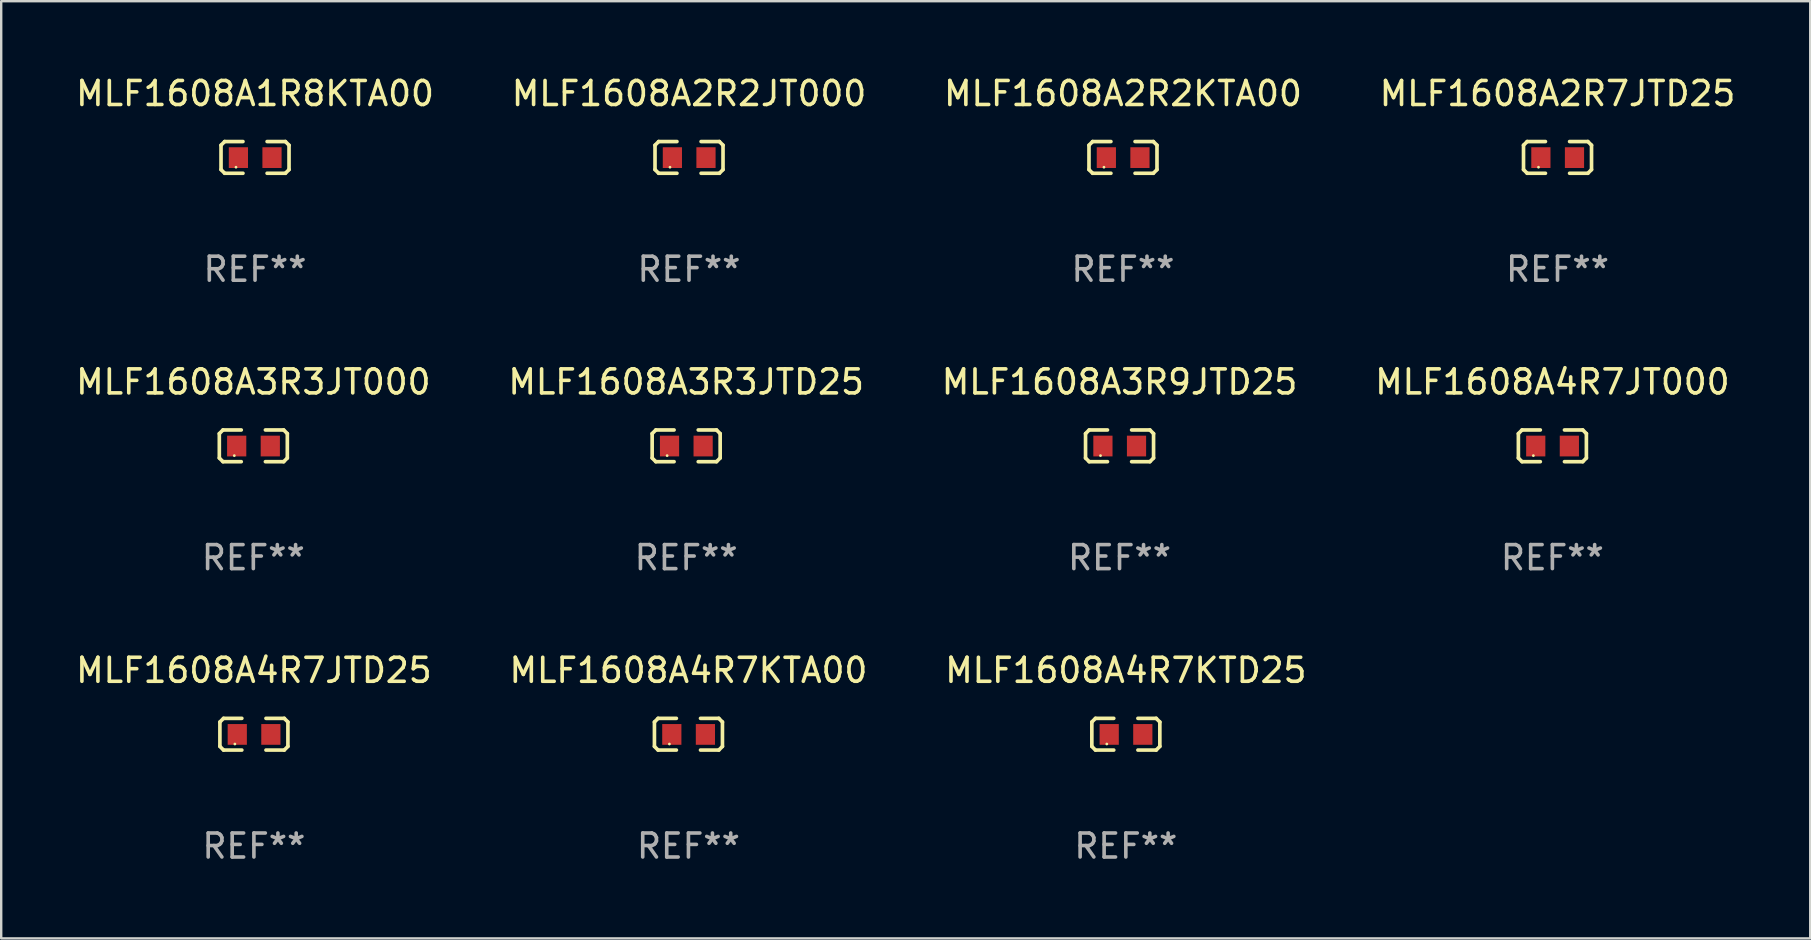
<source format=kicad_pcb>
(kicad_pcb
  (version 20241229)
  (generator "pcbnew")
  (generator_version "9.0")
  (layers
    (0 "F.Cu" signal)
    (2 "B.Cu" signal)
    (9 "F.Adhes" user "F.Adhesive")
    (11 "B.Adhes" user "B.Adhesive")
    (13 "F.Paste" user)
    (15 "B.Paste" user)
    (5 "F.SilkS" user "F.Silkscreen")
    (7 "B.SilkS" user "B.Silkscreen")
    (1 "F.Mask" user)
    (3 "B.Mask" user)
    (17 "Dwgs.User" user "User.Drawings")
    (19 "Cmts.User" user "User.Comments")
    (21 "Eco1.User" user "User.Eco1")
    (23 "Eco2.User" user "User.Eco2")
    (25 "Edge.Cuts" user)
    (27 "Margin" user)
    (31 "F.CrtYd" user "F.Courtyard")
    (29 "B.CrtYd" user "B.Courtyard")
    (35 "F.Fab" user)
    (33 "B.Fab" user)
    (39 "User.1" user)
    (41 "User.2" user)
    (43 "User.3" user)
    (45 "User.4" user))
  (footprint "MLF1608A4R7JT000"
    (layer "F.Cu")
    (at 61.637 15.527)
    (property "Reference" "MLF1608A4R7JT000" (at 0 -2.661 0) (layer "F.SilkS") (effects (font (size 1 1) (thickness 0.15))))
    (attr through_hole)
    (fp_line (start -1.417 -0.508) (end -1.265 -0.661) (stroke (width 0.152) (type solid)) (layer "F.SilkS"))
    (fp_line (start -1.417 0.508) (end -1.417 -0.508) (stroke (width 0.152) (type solid)) (layer "F.SilkS"))
    (fp_line (start -1.265 -0.661) (end -0.503 -0.661) (stroke (width 0.152) (type solid)) (layer "F.SilkS"))
    (fp_line (start -1.265 0.661) (end -1.417 0.508) (stroke (width 0.152) (type solid)) (layer "F.SilkS"))
    (fp_line (start -1.265 0.661) (end -0.503 0.661) (stroke (width 0.152) (type solid)) (layer "F.SilkS"))
    (fp_line (start 1.265 -0.661) (end 0.503 -0.661) (stroke (width 0.152) (type solid)) (layer "F.SilkS"))
    (fp_line (start 1.265 -0.661) (end 1.417 -0.508) (stroke (width 0.152) (type solid)) (layer "F.SilkS"))
    (fp_line (start 1.265 0.661) (end 0.503 0.661) (stroke (width 0.152) (type solid)) (layer "F.SilkS"))
    (fp_line (start 1.417 -0.508) (end 1.417 0.508) (stroke (width 0.152) (type solid)) (layer "F.SilkS"))
    (fp_line (start 1.417 0.508) (end 1.265 0.661) (stroke (width 0.152) (type solid)) (layer "F.SilkS"))
    (fp_circle (center -0.793 0.409) (end -0.763 0.409) (stroke (width 0.06) (type solid)) (fill no) (layer "F.SilkS"))
    (fp_text user "REF**" (at 0 4.661 0) (layer "F.Fab") (effects (font (size 1 1) (thickness 0.15))))
    (pad "1" smd rect (at -0.693 0.009 180) (size 0.8 0.864) (layers "F.Cu" "F.Mask" "F.Paste"))
    (pad "2" smd rect (at 0.707 0.009 180) (size 0.8 0.864) (layers "F.Cu" "F.Mask" "F.Paste")))
  (footprint "MLF1608A4R7KTD25"
    (layer "F.Cu")
    (at 43.863 27.544)
    (property "Reference" "MLF1608A4R7KTD25" (at 0 -2.661 0) (layer "F.SilkS") (effects (font (size 1 1) (thickness 0.15))))
    (attr through_hole)
    (fp_line (start -1.417 -0.508) (end -1.265 -0.661) (stroke (width 0.152) (type solid)) (layer "F.SilkS"))
    (fp_line (start -1.417 0.508) (end -1.417 -0.508) (stroke (width 0.152) (type solid)) (layer "F.SilkS"))
    (fp_line (start -1.265 -0.661) (end -0.503 -0.661) (stroke (width 0.152) (type solid)) (layer "F.SilkS"))
    (fp_line (start -1.265 0.661) (end -1.417 0.508) (stroke (width 0.152) (type solid)) (layer "F.SilkS"))
    (fp_line (start -1.265 0.661) (end -0.503 0.661) (stroke (width 0.152) (type solid)) (layer "F.SilkS"))
    (fp_line (start 1.265 -0.661) (end 0.503 -0.661) (stroke (width 0.152) (type solid)) (layer "F.SilkS"))
    (fp_line (start 1.265 -0.661) (end 1.417 -0.508) (stroke (width 0.152) (type solid)) (layer "F.SilkS"))
    (fp_line (start 1.265 0.661) (end 0.503 0.661) (stroke (width 0.152) (type solid)) (layer "F.SilkS"))
    (fp_line (start 1.417 -0.508) (end 1.417 0.508) (stroke (width 0.152) (type solid)) (layer "F.SilkS"))
    (fp_line (start 1.417 0.508) (end 1.265 0.661) (stroke (width 0.152) (type solid)) (layer "F.SilkS"))
    (fp_circle (center -0.793 0.409) (end -0.763 0.409) (stroke (width 0.06) (type solid)) (fill no) (layer "F.SilkS"))
    (fp_text user "REF**" (at 0 4.661 0) (layer "F.Fab") (effects (font (size 1 1) (thickness 0.15))))
    (pad "1" smd rect (at -0.693 0.009 180) (size 0.8 0.864) (layers "F.Cu" "F.Mask" "F.Paste"))
    (pad "2" smd rect (at 0.707 0.009 180) (size 0.8 0.864) (layers "F.Cu" "F.Mask" "F.Paste")))
  (footprint "MLF1608A2R7JTD25"
    (layer "F.Cu")
    (at 61.851 3.509)
    (property "Reference" "MLF1608A2R7JTD25" (at 0 -2.661 0) (layer "F.SilkS") (effects (font (size 1 1) (thickness 0.15))))
    (attr through_hole)
    (fp_line (start -1.417 -0.508) (end -1.265 -0.661) (stroke (width 0.152) (type solid)) (layer "F.SilkS"))
    (fp_line (start -1.417 0.508) (end -1.417 -0.508) (stroke (width 0.152) (type solid)) (layer "F.SilkS"))
    (fp_line (start -1.265 -0.661) (end -0.503 -0.661) (stroke (width 0.152) (type solid)) (layer "F.SilkS"))
    (fp_line (start -1.265 0.661) (end -1.417 0.508) (stroke (width 0.152) (type solid)) (layer "F.SilkS"))
    (fp_line (start -1.265 0.661) (end -0.503 0.661) (stroke (width 0.152) (type solid)) (layer "F.SilkS"))
    (fp_line (start 1.265 -0.661) (end 0.503 -0.661) (stroke (width 0.152) (type solid)) (layer "F.SilkS"))
    (fp_line (start 1.265 -0.661) (end 1.417 -0.508) (stroke (width 0.152) (type solid)) (layer "F.SilkS"))
    (fp_line (start 1.265 0.661) (end 0.503 0.661) (stroke (width 0.152) (type solid)) (layer "F.SilkS"))
    (fp_line (start 1.417 -0.508) (end 1.417 0.508) (stroke (width 0.152) (type solid)) (layer "F.SilkS"))
    (fp_line (start 1.417 0.508) (end 1.265 0.661) (stroke (width 0.152) (type solid)) (layer "F.SilkS"))
    (fp_circle (center -0.793 0.409) (end -0.763 0.409) (stroke (width 0.06) (type solid)) (fill no) (layer "F.SilkS"))
    (fp_text user "REF**" (at 0 4.661 0) (layer "F.Fab") (effects (font (size 1 1) (thickness 0.15))))
    (pad "1" smd rect (at -0.693 0.009 180) (size 0.8 0.864) (layers "F.Cu" "F.Mask" "F.Paste"))
    (pad "2" smd rect (at 0.707 0.009 180) (size 0.8 0.864) (layers "F.Cu" "F.Mask" "F.Paste")))
  (footprint "MLF1608A4R7JTD25"
    (layer "F.Cu")
    (at 7.53 27.544)
    (property "Reference" "MLF1608A4R7JTD25" (at 0 -2.661 0) (layer "F.SilkS") (effects (font (size 1 1) (thickness 0.15))))
    (attr through_hole)
    (fp_line (start -1.417 -0.508) (end -1.265 -0.661) (stroke (width 0.152) (type solid)) (layer "F.SilkS"))
    (fp_line (start -1.417 0.508) (end -1.417 -0.508) (stroke (width 0.152) (type solid)) (layer "F.SilkS"))
    (fp_line (start -1.265 -0.661) (end -0.503 -0.661) (stroke (width 0.152) (type solid)) (layer "F.SilkS"))
    (fp_line (start -1.265 0.661) (end -1.417 0.508) (stroke (width 0.152) (type solid)) (layer "F.SilkS"))
    (fp_line (start -1.265 0.661) (end -0.503 0.661) (stroke (width 0.152) (type solid)) (layer "F.SilkS"))
    (fp_line (start 1.265 -0.661) (end 0.503 -0.661) (stroke (width 0.152) (type solid)) (layer "F.SilkS"))
    (fp_line (start 1.265 -0.661) (end 1.417 -0.508) (stroke (width 0.152) (type solid)) (layer "F.SilkS"))
    (fp_line (start 1.265 0.661) (end 0.503 0.661) (stroke (width 0.152) (type solid)) (layer "F.SilkS"))
    (fp_line (start 1.417 -0.508) (end 1.417 0.508) (stroke (width 0.152) (type solid)) (layer "F.SilkS"))
    (fp_line (start 1.417 0.508) (end 1.265 0.661) (stroke (width 0.152) (type solid)) (layer "F.SilkS"))
    (fp_circle (center -0.793 0.409) (end -0.763 0.409) (stroke (width 0.06) (type solid)) (fill no) (layer "F.SilkS"))
    (fp_text user "REF**" (at 0 4.661 0) (layer "F.Fab") (effects (font (size 1 1) (thickness 0.15))))
    (pad "1" smd rect (at -0.693 0.009 180) (size 0.8 0.864) (layers "F.Cu" "F.Mask" "F.Paste"))
    (pad "2" smd rect (at 0.707 0.009 180) (size 0.8 0.864) (layers "F.Cu" "F.Mask" "F.Paste")))
  (footprint "MLF1608A3R3JTD25"
    (layer "F.Cu")
    (at 25.542 15.527)
    (property "Reference" "MLF1608A3R3JTD25" (at 0 -2.661 0) (layer "F.SilkS") (effects (font (size 1 1) (thickness 0.15))))
    (attr through_hole)
    (fp_line (start -1.417 -0.508) (end -1.265 -0.661) (stroke (width 0.152) (type solid)) (layer "F.SilkS"))
    (fp_line (start -1.417 0.508) (end -1.417 -0.508) (stroke (width 0.152) (type solid)) (layer "F.SilkS"))
    (fp_line (start -1.265 -0.661) (end -0.503 -0.661) (stroke (width 0.152) (type solid)) (layer "F.SilkS"))
    (fp_line (start -1.265 0.661) (end -1.417 0.508) (stroke (width 0.152) (type solid)) (layer "F.SilkS"))
    (fp_line (start -1.265 0.661) (end -0.503 0.661) (stroke (width 0.152) (type solid)) (layer "F.SilkS"))
    (fp_line (start 1.265 -0.661) (end 0.503 -0.661) (stroke (width 0.152) (type solid)) (layer "F.SilkS"))
    (fp_line (start 1.265 -0.661) (end 1.417 -0.508) (stroke (width 0.152) (type solid)) (layer "F.SilkS"))
    (fp_line (start 1.265 0.661) (end 0.503 0.661) (stroke (width 0.152) (type solid)) (layer "F.SilkS"))
    (fp_line (start 1.417 -0.508) (end 1.417 0.508) (stroke (width 0.152) (type solid)) (layer "F.SilkS"))
    (fp_line (start 1.417 0.508) (end 1.265 0.661) (stroke (width 0.152) (type solid)) (layer "F.SilkS"))
    (fp_circle (center -0.793 0.409) (end -0.763 0.409) (stroke (width 0.06) (type solid)) (fill no) (layer "F.SilkS"))
    (fp_text user "REF**" (at 0 4.661 0) (layer "F.Fab") (effects (font (size 1 1) (thickness 0.15))))
    (pad "1" smd rect (at -0.693 0.009 180) (size 0.8 0.864) (layers "F.Cu" "F.Mask" "F.Paste"))
    (pad "2" smd rect (at 0.707 0.009 180) (size 0.8 0.864) (layers "F.Cu" "F.Mask" "F.Paste")))
  (footprint "MLF1608A1R8KTA00"
    (layer "F.Cu")
    (at 7.577 3.509)
    (property "Reference" "MLF1608A1R8KTA00" (at 0 -2.661 0) (layer "F.SilkS") (effects (font (size 1 1) (thickness 0.15))))
    (attr through_hole)
    (fp_line (start -1.417 -0.508) (end -1.265 -0.661) (stroke (width 0.152) (type solid)) (layer "F.SilkS"))
    (fp_line (start -1.417 0.508) (end -1.417 -0.508) (stroke (width 0.152) (type solid)) (layer "F.SilkS"))
    (fp_line (start -1.265 -0.661) (end -0.503 -0.661) (stroke (width 0.152) (type solid)) (layer "F.SilkS"))
    (fp_line (start -1.265 0.661) (end -1.417 0.508) (stroke (width 0.152) (type solid)) (layer "F.SilkS"))
    (fp_line (start -1.265 0.661) (end -0.503 0.661) (stroke (width 0.152) (type solid)) (layer "F.SilkS"))
    (fp_line (start 1.265 -0.661) (end 0.503 -0.661) (stroke (width 0.152) (type solid)) (layer "F.SilkS"))
    (fp_line (start 1.265 -0.661) (end 1.417 -0.508) (stroke (width 0.152) (type solid)) (layer "F.SilkS"))
    (fp_line (start 1.265 0.661) (end 0.503 0.661) (stroke (width 0.152) (type solid)) (layer "F.SilkS"))
    (fp_line (start 1.417 -0.508) (end 1.417 0.508) (stroke (width 0.152) (type solid)) (layer "F.SilkS"))
    (fp_line (start 1.417 0.508) (end 1.265 0.661) (stroke (width 0.152) (type solid)) (layer "F.SilkS"))
    (fp_circle (center -0.793 0.409) (end -0.763 0.409) (stroke (width 0.06) (type solid)) (fill no) (layer "F.SilkS"))
    (fp_text user "REF**" (at 0 4.661 0) (layer "F.Fab") (effects (font (size 1 1) (thickness 0.15))))
    (pad "1" smd rect (at -0.693 0.009 180) (size 0.8 0.864) (layers "F.Cu" "F.Mask" "F.Paste"))
    (pad "2" smd rect (at 0.707 0.009 180) (size 0.8 0.864) (layers "F.Cu" "F.Mask" "F.Paste")))
  (footprint "MLF1608A4R7KTA00"
    (layer "F.Cu")
    (at 25.637 27.544)
    (property "Reference" "MLF1608A4R7KTA00" (at 0 -2.661 0) (layer "F.SilkS") (effects (font (size 1 1) (thickness 0.15))))
    (attr through_hole)
    (fp_line (start -1.417 -0.508) (end -1.265 -0.661) (stroke (width 0.152) (type solid)) (layer "F.SilkS"))
    (fp_line (start -1.417 0.508) (end -1.417 -0.508) (stroke (width 0.152) (type solid)) (layer "F.SilkS"))
    (fp_line (start -1.265 -0.661) (end -0.503 -0.661) (stroke (width 0.152) (type solid)) (layer "F.SilkS"))
    (fp_line (start -1.265 0.661) (end -1.417 0.508) (stroke (width 0.152) (type solid)) (layer "F.SilkS"))
    (fp_line (start -1.265 0.661) (end -0.503 0.661) (stroke (width 0.152) (type solid)) (layer "F.SilkS"))
    (fp_line (start 1.265 -0.661) (end 0.503 -0.661) (stroke (width 0.152) (type solid)) (layer "F.SilkS"))
    (fp_line (start 1.265 -0.661) (end 1.417 -0.508) (stroke (width 0.152) (type solid)) (layer "F.SilkS"))
    (fp_line (start 1.265 0.661) (end 0.503 0.661) (stroke (width 0.152) (type solid)) (layer "F.SilkS"))
    (fp_line (start 1.417 -0.508) (end 1.417 0.508) (stroke (width 0.152) (type solid)) (layer "F.SilkS"))
    (fp_line (start 1.417 0.508) (end 1.265 0.661) (stroke (width 0.152) (type solid)) (layer "F.SilkS"))
    (fp_circle (center -0.793 0.409) (end -0.763 0.409) (stroke (width 0.06) (type solid)) (fill no) (layer "F.SilkS"))
    (fp_text user "REF**" (at 0 4.661 0) (layer "F.Fab") (effects (font (size 1 1) (thickness 0.15))))
    (pad "1" smd rect (at -0.693 0.009 180) (size 0.8 0.864) (layers "F.Cu" "F.Mask" "F.Paste"))
    (pad "2" smd rect (at 0.707 0.009 180) (size 0.8 0.864) (layers "F.Cu" "F.Mask" "F.Paste")))
  (footprint "MLF1608A2R2KTA00"
    (layer "F.Cu")
    (at 43.744 3.509)
    (property "Reference" "MLF1608A2R2KTA00" (at 0 -2.661 0) (layer "F.SilkS") (effects (font (size 1 1) (thickness 0.15))))
    (attr through_hole)
    (fp_line (start -1.417 -0.508) (end -1.265 -0.661) (stroke (width 0.152) (type solid)) (layer "F.SilkS"))
    (fp_line (start -1.417 0.508) (end -1.417 -0.508) (stroke (width 0.152) (type solid)) (layer "F.SilkS"))
    (fp_line (start -1.265 -0.661) (end -0.503 -0.661) (stroke (width 0.152) (type solid)) (layer "F.SilkS"))
    (fp_line (start -1.265 0.661) (end -1.417 0.508) (stroke (width 0.152) (type solid)) (layer "F.SilkS"))
    (fp_line (start -1.265 0.661) (end -0.503 0.661) (stroke (width 0.152) (type solid)) (layer "F.SilkS"))
    (fp_line (start 1.265 -0.661) (end 0.503 -0.661) (stroke (width 0.152) (type solid)) (layer "F.SilkS"))
    (fp_line (start 1.265 -0.661) (end 1.417 -0.508) (stroke (width 0.152) (type solid)) (layer "F.SilkS"))
    (fp_line (start 1.265 0.661) (end 0.503 0.661) (stroke (width 0.152) (type solid)) (layer "F.SilkS"))
    (fp_line (start 1.417 -0.508) (end 1.417 0.508) (stroke (width 0.152) (type solid)) (layer "F.SilkS"))
    (fp_line (start 1.417 0.508) (end 1.265 0.661) (stroke (width 0.152) (type solid)) (layer "F.SilkS"))
    (fp_circle (center -0.793 0.409) (end -0.763 0.409) (stroke (width 0.06) (type solid)) (fill no) (layer "F.SilkS"))
    (fp_text user "REF**" (at 0 4.661 0) (layer "F.Fab") (effects (font (size 1 1) (thickness 0.15))))
    (pad "1" smd rect (at -0.693 0.009 180) (size 0.8 0.864) (layers "F.Cu" "F.Mask" "F.Paste"))
    (pad "2" smd rect (at 0.707 0.009 180) (size 0.8 0.864) (layers "F.Cu" "F.Mask" "F.Paste")))
  (footprint "MLF1608A2R2JT000"
    (layer "F.Cu")
    (at 25.661 3.509)
    (property "Reference" "MLF1608A2R2JT000" (at 0 -2.661 0) (layer "F.SilkS") (effects (font (size 1 1) (thickness 0.15))))
    (attr through_hole)
    (fp_line (start -1.417 -0.508) (end -1.265 -0.661) (stroke (width 0.152) (type solid)) (layer "F.SilkS"))
    (fp_line (start -1.417 0.508) (end -1.417 -0.508) (stroke (width 0.152) (type solid)) (layer "F.SilkS"))
    (fp_line (start -1.265 -0.661) (end -0.503 -0.661) (stroke (width 0.152) (type solid)) (layer "F.SilkS"))
    (fp_line (start -1.265 0.661) (end -1.417 0.508) (stroke (width 0.152) (type solid)) (layer "F.SilkS"))
    (fp_line (start -1.265 0.661) (end -0.503 0.661) (stroke (width 0.152) (type solid)) (layer "F.SilkS"))
    (fp_line (start 1.265 -0.661) (end 0.503 -0.661) (stroke (width 0.152) (type solid)) (layer "F.SilkS"))
    (fp_line (start 1.265 -0.661) (end 1.417 -0.508) (stroke (width 0.152) (type solid)) (layer "F.SilkS"))
    (fp_line (start 1.265 0.661) (end 0.503 0.661) (stroke (width 0.152) (type solid)) (layer "F.SilkS"))
    (fp_line (start 1.417 -0.508) (end 1.417 0.508) (stroke (width 0.152) (type solid)) (layer "F.SilkS"))
    (fp_line (start 1.417 0.508) (end 1.265 0.661) (stroke (width 0.152) (type solid)) (layer "F.SilkS"))
    (fp_circle (center -0.793 0.409) (end -0.763 0.409) (stroke (width 0.06) (type solid)) (fill no) (layer "F.SilkS"))
    (fp_text user "REF**" (at 0 4.661 0) (layer "F.Fab") (effects (font (size 1 1) (thickness 0.15))))
    (pad "1" smd rect (at -0.693 0.009 180) (size 0.8 0.864) (layers "F.Cu" "F.Mask" "F.Paste"))
    (pad "2" smd rect (at 0.707 0.009 180) (size 0.8 0.864) (layers "F.Cu" "F.Mask" "F.Paste")))
  (footprint "MLF1608A3R9JTD25"
    (layer "F.Cu")
    (at 43.601 15.527)
    (property "Reference" "MLF1608A3R9JTD25" (at 0 -2.661 0) (layer "F.SilkS") (effects (font (size 1 1) (thickness 0.15))))
    (attr through_hole)
    (fp_line (start -1.417 -0.508) (end -1.265 -0.661) (stroke (width 0.152) (type solid)) (layer "F.SilkS"))
    (fp_line (start -1.417 0.508) (end -1.417 -0.508) (stroke (width 0.152) (type solid)) (layer "F.SilkS"))
    (fp_line (start -1.265 -0.661) (end -0.503 -0.661) (stroke (width 0.152) (type solid)) (layer "F.SilkS"))
    (fp_line (start -1.265 0.661) (end -1.417 0.508) (stroke (width 0.152) (type solid)) (layer "F.SilkS"))
    (fp_line (start -1.265 0.661) (end -0.503 0.661) (stroke (width 0.152) (type solid)) (layer "F.SilkS"))
    (fp_line (start 1.265 -0.661) (end 0.503 -0.661) (stroke (width 0.152) (type solid)) (layer "F.SilkS"))
    (fp_line (start 1.265 -0.661) (end 1.417 -0.508) (stroke (width 0.152) (type solid)) (layer "F.SilkS"))
    (fp_line (start 1.265 0.661) (end 0.503 0.661) (stroke (width 0.152) (type solid)) (layer "F.SilkS"))
    (fp_line (start 1.417 -0.508) (end 1.417 0.508) (stroke (width 0.152) (type solid)) (layer "F.SilkS"))
    (fp_line (start 1.417 0.508) (end 1.265 0.661) (stroke (width 0.152) (type solid)) (layer "F.SilkS"))
    (fp_circle (center -0.793 0.409) (end -0.763 0.409) (stroke (width 0.06) (type solid)) (fill no) (layer "F.SilkS"))
    (fp_text user "REF**" (at 0 4.661 0) (layer "F.Fab") (effects (font (size 1 1) (thickness 0.15))))
    (pad "1" smd rect (at -0.693 0.009 180) (size 0.8 0.864) (layers "F.Cu" "F.Mask" "F.Paste"))
    (pad "2" smd rect (at 0.707 0.009 180) (size 0.8 0.864) (layers "F.Cu" "F.Mask" "F.Paste")))
  (footprint "MLF1608A3R3JT000"
    (layer "F.Cu")
    (at 7.506 15.527)
    (property "Reference" "MLF1608A3R3JT000" (at 0 -2.661 0) (layer "F.SilkS") (effects (font (size 1 1) (thickness 0.15))))
    (attr through_hole)
    (fp_line (start -1.417 -0.508) (end -1.265 -0.661) (stroke (width 0.152) (type solid)) (layer "F.SilkS"))
    (fp_line (start -1.417 0.508) (end -1.417 -0.508) (stroke (width 0.152) (type solid)) (layer "F.SilkS"))
    (fp_line (start -1.265 -0.661) (end -0.503 -0.661) (stroke (width 0.152) (type solid)) (layer "F.SilkS"))
    (fp_line (start -1.265 0.661) (end -1.417 0.508) (stroke (width 0.152) (type solid)) (layer "F.SilkS"))
    (fp_line (start -1.265 0.661) (end -0.503 0.661) (stroke (width 0.152) (type solid)) (layer "F.SilkS"))
    (fp_line (start 1.265 -0.661) (end 0.503 -0.661) (stroke (width 0.152) (type solid)) (layer "F.SilkS"))
    (fp_line (start 1.265 -0.661) (end 1.417 -0.508) (stroke (width 0.152) (type solid)) (layer "F.SilkS"))
    (fp_line (start 1.265 0.661) (end 0.503 0.661) (stroke (width 0.152) (type solid)) (layer "F.SilkS"))
    (fp_line (start 1.417 -0.508) (end 1.417 0.508) (stroke (width 0.152) (type solid)) (layer "F.SilkS"))
    (fp_line (start 1.417 0.508) (end 1.265 0.661) (stroke (width 0.152) (type solid)) (layer "F.SilkS"))
    (fp_circle (center -0.793 0.409) (end -0.763 0.409) (stroke (width 0.06) (type solid)) (fill no) (layer "F.SilkS"))
    (fp_text user "REF**" (at 0 4.661 0) (layer "F.Fab") (effects (font (size 1 1) (thickness 0.15))))
    (pad "1" smd rect (at -0.693 0.009 180) (size 0.8 0.864) (layers "F.Cu" "F.Mask" "F.Paste"))
    (pad "2" smd rect (at 0.707 0.009 180) (size 0.8 0.864) (layers "F.Cu" "F.Mask" "F.Paste")))
  (gr_rect
    (start -3 -3)
    (end 72.381 36.053)
    (stroke (width 0.1) (type default))
    (fill no)
    (layer "Edge.Cuts")))
</source>
